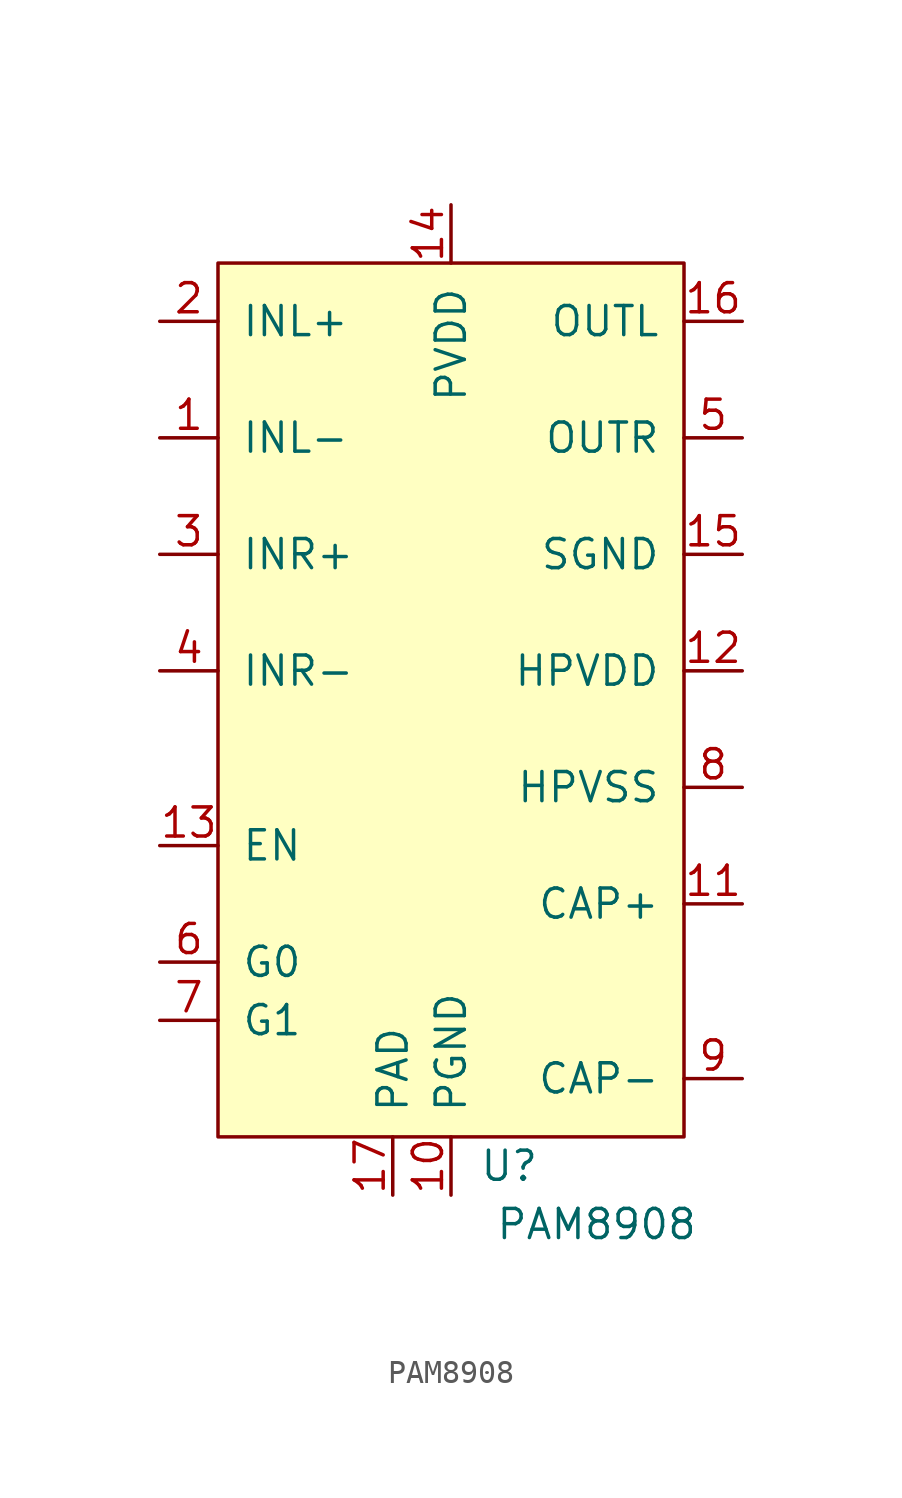
<source format=kicad_sym>
(kicad_symbol_lib
  (version 20201005)
  (generator kicad_symbol_editor)
  (symbol "PAM8908"
    (pin_names
      (offset 1.016))
    (property "Reference" "U"
      (at 2.54 -20.32 0)
      (effects (font (size 1.27 1.27))))
    (property "Value" "PAM8908"
      (at 6.35 -22.86 0)
      (effects (font (size 1.27 1.27))))
    (symbol "PAM8908_0_1"
      (rectangle (start -10.16 19.05) (end 10.16 -19.05) (stroke (width 0)) (fill (type background))))
    (symbol "PAM8908_1_1"
      (pin input line (at -12.7 11.43 0) (length 2.54) (name "INL-" (effects (font (size 1.27 1.27)))) (number "1" (effects (font (size 1.27 1.27)))))
      (pin power_in line (at 0 -21.59 90) (length 2.54) (name "PGND" (effects (font (size 1.27 1.27)))) (number "10" (effects (font (size 1.27 1.27)))))
      (pin output line (at 12.7 -8.89 180) (length 2.54) (name "CAP+" (effects (font (size 1.27 1.27)))) (number "11" (effects (font (size 1.27 1.27)))))
      (pin power_out line (at 12.7 1.27 180) (length 2.54) (name "HPVDD" (effects (font (size 1.27 1.27)))) (number "12" (effects (font (size 1.27 1.27)))))
      (pin input line (at -12.7 -6.35 0) (length 2.54) (name "EN" (effects (font (size 1.27 1.27)))) (number "13" (effects (font (size 1.27 1.27)))))
      (pin power_in line (at 0 21.59 270) (length 2.54) (name "PVDD" (effects (font (size 1.27 1.27)))) (number "14" (effects (font (size 1.27 1.27)))))
      (pin input line (at 12.7 6.35 180) (length 2.54) (name "SGND" (effects (font (size 1.27 1.27)))) (number "15" (effects (font (size 1.27 1.27)))))
      (pin output line (at 12.7 16.51 180) (length 2.54) (name "OUTL" (effects (font (size 1.27 1.27)))) (number "16" (effects (font (size 1.27 1.27)))))
      (pin passive line (at -2.54 -21.59 90) (length 2.54) (name "PAD" (effects (font (size 1.27 1.27)))) (number "17" (effects (font (size 1.27 1.27)))))
      (pin input line (at -12.7 16.51 0) (length 2.54) (name "INL+" (effects (font (size 1.27 1.27)))) (number "2" (effects (font (size 1.27 1.27)))))
      (pin input line (at -12.7 6.35 0) (length 2.54) (name "INR+" (effects (font (size 1.27 1.27)))) (number "3" (effects (font (size 1.27 1.27)))))
      (pin input line (at -12.7 1.27 0) (length 2.54) (name "INR-" (effects (font (size 1.27 1.27)))) (number "4" (effects (font (size 1.27 1.27)))))
      (pin output line (at 12.7 11.43 180) (length 2.54) (name "OUTR" (effects (font (size 1.27 1.27)))) (number "5" (effects (font (size 1.27 1.27)))))
      (pin input line (at -12.7 -11.43 0) (length 2.54) (name "G0" (effects (font (size 1.27 1.27)))) (number "6" (effects (font (size 1.27 1.27)))))
      (pin input line (at -12.7 -13.97 0) (length 2.54) (name "G1" (effects (font (size 1.27 1.27)))) (number "7" (effects (font (size 1.27 1.27)))))
      (pin output line (at 12.7 -3.81 180) (length 2.54) (name "HPVSS" (effects (font (size 1.27 1.27)))) (number "8" (effects (font (size 1.27 1.27)))))
      (pin output line (at 12.7 -16.51 180) (length 2.54) (name "CAP-" (effects (font (size 1.27 1.27)))) (number "9" (effects (font (size 1.27 1.27))))))))
</source>
